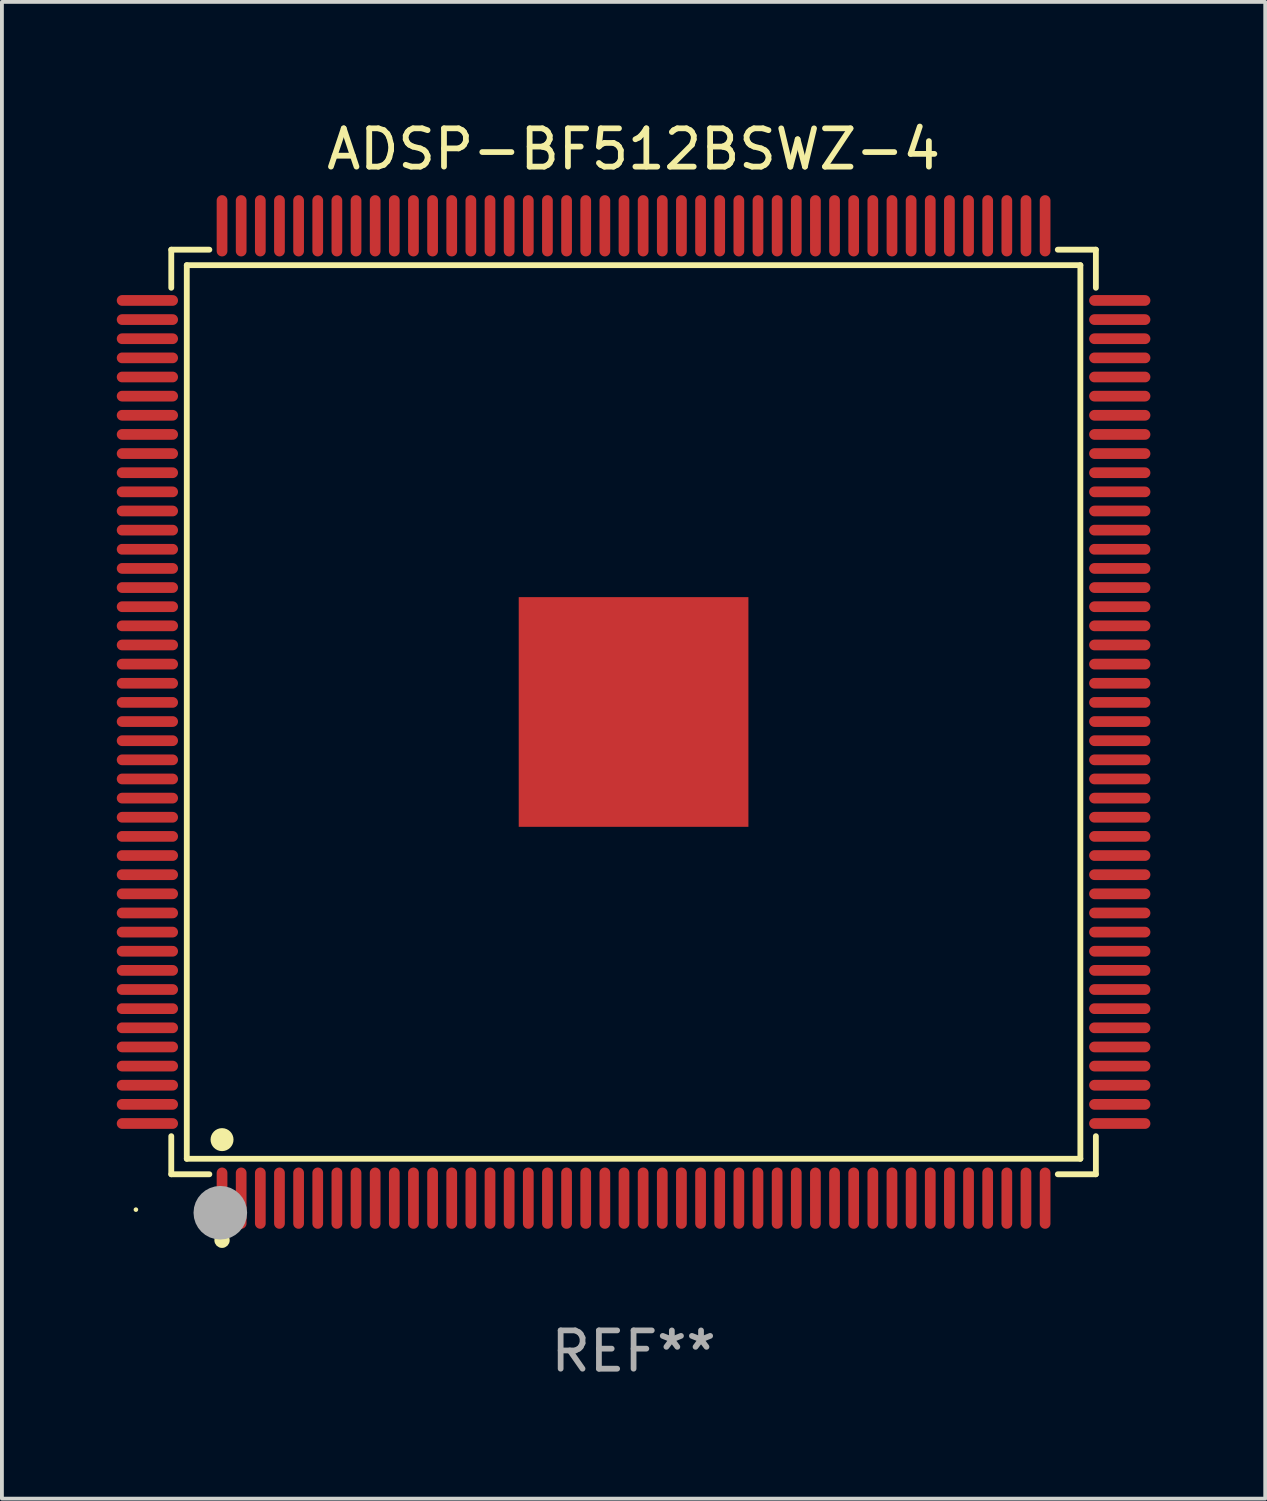
<source format=kicad_pcb>
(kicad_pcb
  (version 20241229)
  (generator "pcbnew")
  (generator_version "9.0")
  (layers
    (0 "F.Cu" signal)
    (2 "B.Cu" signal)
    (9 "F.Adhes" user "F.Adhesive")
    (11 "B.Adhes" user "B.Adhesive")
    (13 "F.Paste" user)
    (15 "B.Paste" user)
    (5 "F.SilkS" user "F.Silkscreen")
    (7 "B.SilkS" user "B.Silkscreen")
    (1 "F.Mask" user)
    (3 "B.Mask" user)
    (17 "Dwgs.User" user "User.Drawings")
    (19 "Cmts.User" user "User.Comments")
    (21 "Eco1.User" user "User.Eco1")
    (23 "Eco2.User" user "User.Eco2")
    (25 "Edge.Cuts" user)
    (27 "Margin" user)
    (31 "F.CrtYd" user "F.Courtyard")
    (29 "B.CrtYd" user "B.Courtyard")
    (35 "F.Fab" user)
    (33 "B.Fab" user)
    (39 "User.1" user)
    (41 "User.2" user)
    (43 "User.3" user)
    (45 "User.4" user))
  (footprint "ADSP-BF512BSWZ-4"
    (layer "F.Cu")
    (at 13.5 15.548)
    (property "Reference" "ADSP-BF512BSWZ-4" (at 0 -14.7 0) (layer "F.SilkS") (effects (font (size 1 1) (thickness 0.15))))
    (attr through_hole)
    (fp_line (start -12.076 -12.076) (end -11.081 -12.076) (stroke (width 0.152) (type solid)) (layer "F.SilkS"))
    (fp_line (start -12.076 -11.081) (end -12.076 -12.076) (stroke (width 0.152) (type solid)) (layer "F.SilkS"))
    (fp_line (start -12.076 11.081) (end -12.076 12.076) (stroke (width 0.152) (type solid)) (layer "F.SilkS"))
    (fp_line (start -12.076 12.076) (end -11.081 12.076) (stroke (width 0.152) (type solid)) (layer "F.SilkS"))
    (fp_line (start -11.671 -11.671) (end 11.671 -11.671) (stroke (width 0.152) (type solid)) (layer "F.SilkS"))
    (fp_line (start -11.671 11.671) (end -11.671 -11.671) (stroke (width 0.152) (type solid)) (layer "F.SilkS"))
    (fp_line (start 11.671 -11.671) (end 11.671 11.671) (stroke (width 0.152) (type solid)) (layer "F.SilkS"))
    (fp_line (start 11.671 11.671) (end -11.671 11.671) (stroke (width 0.152) (type solid)) (layer "F.SilkS"))
    (fp_line (start 12.076 -12.076) (end 11.081 -12.076) (stroke (width 0.152) (type solid)) (layer "F.SilkS"))
    (fp_line (start 12.076 -11.081) (end 12.076 -12.076) (stroke (width 0.152) (type solid)) (layer "F.SilkS"))
    (fp_line (start 12.076 11.081) (end 12.076 12.076) (stroke (width 0.152) (type solid)) (layer "F.SilkS"))
    (fp_line (start 12.076 12.076) (end 11.081 12.076) (stroke (width 0.152) (type solid)) (layer "F.SilkS"))
    (fp_circle (center -13 13) (end -12.97 13) (stroke (width 0.06) (type solid)) (fill no) (layer "F.SilkS"))
    (fp_circle (center -10.75 11.171) (end -10.6 11.171) (stroke (width 0.3) (type solid)) (fill no) (layer "F.SilkS"))
    (fp_circle (center -10.75 13.8) (end -10.65 13.8) (stroke (width 0.2) (type solid)) (fill no) (layer "F.SilkS"))
    (fp_circle (center -10.795 13.081) (end -10.445 13.081) (stroke (width 0.7) (type solid)) (fill no) (layer "F.Fab"))
    (fp_text user "REF**" (at 0 16.7 0) (layer "F.Fab") (effects (font (size 1 1) (thickness 0.15))))
    (pad "1" smd oval (at -10.75 12.7) (size 0.28 1.6) (layers "F.Cu" "F.Mask" "F.Paste"))
    (pad "2" smd oval (at -10.25 12.7) (size 0.28 1.6) (layers "F.Cu" "F.Mask" "F.Paste"))
    (pad "3" smd oval (at -9.75 12.7) (size 0.28 1.6) (layers "F.Cu" "F.Mask" "F.Paste"))
    (pad "4" smd oval (at -9.25 12.7) (size 0.28 1.6) (layers "F.Cu" "F.Mask" "F.Paste"))
    (pad "5" smd oval (at -8.75 12.7) (size 0.28 1.6) (layers "F.Cu" "F.Mask" "F.Paste"))
    (pad "6" smd oval (at -8.25 12.7) (size 0.28 1.6) (layers "F.Cu" "F.Mask" "F.Paste"))
    (pad "7" smd oval (at -7.75 12.7) (size 0.28 1.6) (layers "F.Cu" "F.Mask" "F.Paste"))
    (pad "8" smd oval (at -7.25 12.7) (size 0.28 1.6) (layers "F.Cu" "F.Mask" "F.Paste"))
    (pad "9" smd oval (at -6.75 12.7) (size 0.28 1.6) (layers "F.Cu" "F.Mask" "F.Paste"))
    (pad "10" smd oval (at -6.25 12.7) (size 0.28 1.6) (layers "F.Cu" "F.Mask" "F.Paste"))
    (pad "11" smd oval (at -5.75 12.7) (size 0.28 1.6) (layers "F.Cu" "F.Mask" "F.Paste"))
    (pad "12" smd oval (at -5.25 12.7) (size 0.28 1.6) (layers "F.Cu" "F.Mask" "F.Paste"))
    (pad "13" smd oval (at -4.75 12.7) (size 0.28 1.6) (layers "F.Cu" "F.Mask" "F.Paste"))
    (pad "14" smd oval (at -4.25 12.7) (size 0.28 1.6) (layers "F.Cu" "F.Mask" "F.Paste"))
    (pad "15" smd oval (at -3.75 12.7) (size 0.28 1.6) (layers "F.Cu" "F.Mask" "F.Paste"))
    (pad "16" smd oval (at -3.25 12.7) (size 0.28 1.6) (layers "F.Cu" "F.Mask" "F.Paste"))
    (pad "17" smd oval (at -2.75 12.7) (size 0.28 1.6) (layers "F.Cu" "F.Mask" "F.Paste"))
    (pad "18" smd oval (at -2.25 12.7) (size 0.28 1.6) (layers "F.Cu" "F.Mask" "F.Paste"))
    (pad "19" smd oval (at -1.75 12.7) (size 0.28 1.6) (layers "F.Cu" "F.Mask" "F.Paste"))
    (pad "20" smd oval (at -1.25 12.7) (size 0.28 1.6) (layers "F.Cu" "F.Mask" "F.Paste"))
    (pad "21" smd oval (at -0.75 12.7) (size 0.28 1.6) (layers "F.Cu" "F.Mask" "F.Paste"))
    (pad "22" smd oval (at -0.25 12.7) (size 0.28 1.6) (layers "F.Cu" "F.Mask" "F.Paste"))
    (pad "23" smd oval (at 0.25 12.7) (size 0.28 1.6) (layers "F.Cu" "F.Mask" "F.Paste"))
    (pad "24" smd oval (at 0.75 12.7) (size 0.28 1.6) (layers "F.Cu" "F.Mask" "F.Paste"))
    (pad "25" smd oval (at 1.25 12.7) (size 0.28 1.6) (layers "F.Cu" "F.Mask" "F.Paste"))
    (pad "26" smd oval (at 1.75 12.7) (size 0.28 1.6) (layers "F.Cu" "F.Mask" "F.Paste"))
    (pad "27" smd oval (at 2.25 12.7) (size 0.28 1.6) (layers "F.Cu" "F.Mask" "F.Paste"))
    (pad "28" smd oval (at 2.75 12.7) (size 0.28 1.6) (layers "F.Cu" "F.Mask" "F.Paste"))
    (pad "29" smd oval (at 3.25 12.7) (size 0.28 1.6) (layers "F.Cu" "F.Mask" "F.Paste"))
    (pad "30" smd oval (at 3.75 12.7) (size 0.28 1.6) (layers "F.Cu" "F.Mask" "F.Paste"))
    (pad "31" smd oval (at 4.25 12.7) (size 0.28 1.6) (layers "F.Cu" "F.Mask" "F.Paste"))
    (pad "32" smd oval (at 4.75 12.7) (size 0.28 1.6) (layers "F.Cu" "F.Mask" "F.Paste"))
    (pad "33" smd oval (at 5.25 12.7) (size 0.28 1.6) (layers "F.Cu" "F.Mask" "F.Paste"))
    (pad "34" smd oval (at 5.75 12.7) (size 0.28 1.6) (layers "F.Cu" "F.Mask" "F.Paste"))
    (pad "35" smd oval (at 6.25 12.7) (size 0.28 1.6) (layers "F.Cu" "F.Mask" "F.Paste"))
    (pad "36" smd oval (at 6.75 12.7) (size 0.28 1.6) (layers "F.Cu" "F.Mask" "F.Paste"))
    (pad "37" smd oval (at 7.25 12.7) (size 0.28 1.6) (layers "F.Cu" "F.Mask" "F.Paste"))
    (pad "38" smd oval (at 7.75 12.7) (size 0.28 1.6) (layers "F.Cu" "F.Mask" "F.Paste"))
    (pad "39" smd oval (at 8.25 12.7) (size 0.28 1.6) (layers "F.Cu" "F.Mask" "F.Paste"))
    (pad "40" smd oval (at 8.75 12.7) (size 0.28 1.6) (layers "F.Cu" "F.Mask" "F.Paste"))
    (pad "41" smd oval (at 9.25 12.7) (size 0.28 1.6) (layers "F.Cu" "F.Mask" "F.Paste"))
    (pad "42" smd oval (at 9.75 12.7) (size 0.28 1.6) (layers "F.Cu" "F.Mask" "F.Paste"))
    (pad "43" smd oval (at 10.25 12.7) (size 0.28 1.6) (layers "F.Cu" "F.Mask" "F.Paste"))
    (pad "44" smd oval (at 10.75 12.7) (size 0.28 1.6) (layers "F.Cu" "F.Mask" "F.Paste"))
    (pad "45" smd oval (at 12.7 10.75) (size 1.6 0.28) (layers "F.Cu" "F.Mask" "F.Paste"))
    (pad "46" smd oval (at 12.7 10.25) (size 1.6 0.28) (layers "F.Cu" "F.Mask" "F.Paste"))
    (pad "47" smd oval (at 12.7 9.75) (size 1.6 0.28) (layers "F.Cu" "F.Mask" "F.Paste"))
    (pad "48" smd oval (at 12.7 9.25) (size 1.6 0.28) (layers "F.Cu" "F.Mask" "F.Paste"))
    (pad "49" smd oval (at 12.7 8.75) (size 1.6 0.28) (layers "F.Cu" "F.Mask" "F.Paste"))
    (pad "50" smd oval (at 12.7 8.25) (size 1.6 0.28) (layers "F.Cu" "F.Mask" "F.Paste"))
    (pad "51" smd oval (at 12.7 7.75) (size 1.6 0.28) (layers "F.Cu" "F.Mask" "F.Paste"))
    (pad "52" smd oval (at 12.7 7.25) (size 1.6 0.28) (layers "F.Cu" "F.Mask" "F.Paste"))
    (pad "53" smd oval (at 12.7 6.75) (size 1.6 0.28) (layers "F.Cu" "F.Mask" "F.Paste"))
    (pad "54" smd oval (at 12.7 6.25) (size 1.6 0.28) (layers "F.Cu" "F.Mask" "F.Paste"))
    (pad "55" smd oval (at 12.7 5.75) (size 1.6 0.28) (layers "F.Cu" "F.Mask" "F.Paste"))
    (pad "56" smd oval (at 12.7 5.25) (size 1.6 0.28) (layers "F.Cu" "F.Mask" "F.Paste"))
    (pad "57" smd oval (at 12.7 4.75) (size 1.6 0.28) (layers "F.Cu" "F.Mask" "F.Paste"))
    (pad "58" smd oval (at 12.7 4.25) (size 1.6 0.28) (layers "F.Cu" "F.Mask" "F.Paste"))
    (pad "59" smd oval (at 12.7 3.75) (size 1.6 0.28) (layers "F.Cu" "F.Mask" "F.Paste"))
    (pad "60" smd oval (at 12.7 3.25) (size 1.6 0.28) (layers "F.Cu" "F.Mask" "F.Paste"))
    (pad "61" smd oval (at 12.7 2.75) (size 1.6 0.28) (layers "F.Cu" "F.Mask" "F.Paste"))
    (pad "62" smd oval (at 12.7 2.25) (size 1.6 0.28) (layers "F.Cu" "F.Mask" "F.Paste"))
    (pad "63" smd oval (at 12.7 1.75) (size 1.6 0.28) (layers "F.Cu" "F.Mask" "F.Paste"))
    (pad "64" smd oval (at 12.7 1.25) (size 1.6 0.28) (layers "F.Cu" "F.Mask" "F.Paste"))
    (pad "65" smd oval (at 12.7 0.75) (size 1.6 0.28) (layers "F.Cu" "F.Mask" "F.Paste"))
    (pad "66" smd oval (at 12.7 0.25) (size 1.6 0.28) (layers "F.Cu" "F.Mask" "F.Paste"))
    (pad "67" smd oval (at 12.7 -0.25) (size 1.6 0.28) (layers "F.Cu" "F.Mask" "F.Paste"))
    (pad "68" smd oval (at 12.7 -0.75) (size 1.6 0.28) (layers "F.Cu" "F.Mask" "F.Paste"))
    (pad "69" smd oval (at 12.7 -1.25) (size 1.6 0.28) (layers "F.Cu" "F.Mask" "F.Paste"))
    (pad "70" smd oval (at 12.7 -1.75) (size 1.6 0.28) (layers "F.Cu" "F.Mask" "F.Paste"))
    (pad "71" smd oval (at 12.7 -2.25) (size 1.6 0.28) (layers "F.Cu" "F.Mask" "F.Paste"))
    (pad "72" smd oval (at 12.7 -2.75) (size 1.6 0.28) (layers "F.Cu" "F.Mask" "F.Paste"))
    (pad "73" smd oval (at 12.7 -3.25) (size 1.6 0.28) (layers "F.Cu" "F.Mask" "F.Paste"))
    (pad "74" smd oval (at 12.7 -3.75) (size 1.6 0.28) (layers "F.Cu" "F.Mask" "F.Paste"))
    (pad "75" smd oval (at 12.7 -4.25) (size 1.6 0.28) (layers "F.Cu" "F.Mask" "F.Paste"))
    (pad "76" smd oval (at 12.7 -4.75) (size 1.6 0.28) (layers "F.Cu" "F.Mask" "F.Paste"))
    (pad "77" smd oval (at 12.7 -5.25) (size 1.6 0.28) (layers "F.Cu" "F.Mask" "F.Paste"))
    (pad "78" smd oval (at 12.7 -5.75) (size 1.6 0.28) (layers "F.Cu" "F.Mask" "F.Paste"))
    (pad "79" smd oval (at 12.7 -6.25) (size 1.6 0.28) (layers "F.Cu" "F.Mask" "F.Paste"))
    (pad "80" smd oval (at 12.7 -6.75) (size 1.6 0.28) (layers "F.Cu" "F.Mask" "F.Paste"))
    (pad "81" smd oval (at 12.7 -7.25) (size 1.6 0.28) (layers "F.Cu" "F.Mask" "F.Paste"))
    (pad "82" smd oval (at 12.7 -7.75) (size 1.6 0.28) (layers "F.Cu" "F.Mask" "F.Paste"))
    (pad "83" smd oval (at 12.7 -8.25) (size 1.6 0.28) (layers "F.Cu" "F.Mask" "F.Paste"))
    (pad "84" smd oval (at 12.7 -8.75) (size 1.6 0.28) (layers "F.Cu" "F.Mask" "F.Paste"))
    (pad "85" smd oval (at 12.7 -9.25) (size 1.6 0.28) (layers "F.Cu" "F.Mask" "F.Paste"))
    (pad "86" smd oval (at 12.7 -9.75) (size 1.6 0.28) (layers "F.Cu" "F.Mask" "F.Paste"))
    (pad "87" smd oval (at 12.7 -10.25) (size 1.6 0.28) (layers "F.Cu" "F.Mask" "F.Paste"))
    (pad "88" smd oval (at 12.7 -10.75) (size 1.6 0.28) (layers "F.Cu" "F.Mask" "F.Paste"))
    (pad "89" smd oval (at 10.75 -12.7) (size 0.28 1.6) (layers "F.Cu" "F.Mask" "F.Paste"))
    (pad "90" smd oval (at 10.25 -12.7) (size 0.28 1.6) (layers "F.Cu" "F.Mask" "F.Paste"))
    (pad "91" smd oval (at 9.75 -12.7) (size 0.28 1.6) (layers "F.Cu" "F.Mask" "F.Paste"))
    (pad "92" smd oval (at 9.25 -12.7) (size 0.28 1.6) (layers "F.Cu" "F.Mask" "F.Paste"))
    (pad "93" smd oval (at 8.75 -12.7) (size 0.28 1.6) (layers "F.Cu" "F.Mask" "F.Paste"))
    (pad "94" smd oval (at 8.25 -12.7) (size 0.28 1.6) (layers "F.Cu" "F.Mask" "F.Paste"))
    (pad "95" smd oval (at 7.75 -12.7) (size 0.28 1.6) (layers "F.Cu" "F.Mask" "F.Paste"))
    (pad "96" smd oval (at 7.25 -12.7) (size 0.28 1.6) (layers "F.Cu" "F.Mask" "F.Paste"))
    (pad "97" smd oval (at 6.75 -12.7) (size 0.28 1.6) (layers "F.Cu" "F.Mask" "F.Paste"))
    (pad "98" smd oval (at 6.25 -12.7) (size 0.28 1.6) (layers "F.Cu" "F.Mask" "F.Paste"))
    (pad "99" smd oval (at 5.75 -12.7) (size 0.28 1.6) (layers "F.Cu" "F.Mask" "F.Paste"))
    (pad "100" smd oval (at 5.25 -12.7) (size 0.28 1.6) (layers "F.Cu" "F.Mask" "F.Paste"))
    (pad "101" smd oval (at 4.75 -12.7) (size 0.28 1.6) (layers "F.Cu" "F.Mask" "F.Paste"))
    (pad "102" smd oval (at 4.25 -12.7) (size 0.28 1.6) (layers "F.Cu" "F.Mask" "F.Paste"))
    (pad "103" smd oval (at 3.75 -12.7) (size 0.28 1.6) (layers "F.Cu" "F.Mask" "F.Paste"))
    (pad "104" smd oval (at 3.25 -12.7) (size 0.28 1.6) (layers "F.Cu" "F.Mask" "F.Paste"))
    (pad "105" smd oval (at 2.75 -12.7) (size 0.28 1.6) (layers "F.Cu" "F.Mask" "F.Paste"))
    (pad "106" smd oval (at 2.25 -12.7) (size 0.28 1.6) (layers "F.Cu" "F.Mask" "F.Paste"))
    (pad "107" smd oval (at 1.75 -12.7) (size 0.28 1.6) (layers "F.Cu" "F.Mask" "F.Paste"))
    (pad "108" smd oval (at 1.25 -12.7) (size 0.28 1.6) (layers "F.Cu" "F.Mask" "F.Paste"))
    (pad "109" smd oval (at 0.75 -12.7) (size 0.28 1.6) (layers "F.Cu" "F.Mask" "F.Paste"))
    (pad "110" smd oval (at 0.25 -12.7) (size 0.28 1.6) (layers "F.Cu" "F.Mask" "F.Paste"))
    (pad "111" smd oval (at -0.25 -12.7) (size 0.28 1.6) (layers "F.Cu" "F.Mask" "F.Paste"))
    (pad "112" smd oval (at -0.75 -12.7) (size 0.28 1.6) (layers "F.Cu" "F.Mask" "F.Paste"))
    (pad "113" smd oval (at -1.25 -12.7) (size 0.28 1.6) (layers "F.Cu" "F.Mask" "F.Paste"))
    (pad "114" smd oval (at -1.75 -12.7) (size 0.28 1.6) (layers "F.Cu" "F.Mask" "F.Paste"))
    (pad "115" smd oval (at -2.25 -12.7) (size 0.28 1.6) (layers "F.Cu" "F.Mask" "F.Paste"))
    (pad "116" smd oval (at -2.75 -12.7) (size 0.28 1.6) (layers "F.Cu" "F.Mask" "F.Paste"))
    (pad "117" smd oval (at -3.25 -12.7) (size 0.28 1.6) (layers "F.Cu" "F.Mask" "F.Paste"))
    (pad "118" smd oval (at -3.75 -12.7) (size 0.28 1.6) (layers "F.Cu" "F.Mask" "F.Paste"))
    (pad "119" smd oval (at -4.25 -12.7) (size 0.28 1.6) (layers "F.Cu" "F.Mask" "F.Paste"))
    (pad "120" smd oval (at -4.75 -12.7) (size 0.28 1.6) (layers "F.Cu" "F.Mask" "F.Paste"))
    (pad "121" smd oval (at -5.25 -12.7) (size 0.28 1.6) (layers "F.Cu" "F.Mask" "F.Paste"))
    (pad "122" smd oval (at -5.75 -12.7) (size 0.28 1.6) (layers "F.Cu" "F.Mask" "F.Paste"))
    (pad "123" smd oval (at -6.25 -12.7) (size 0.28 1.6) (layers "F.Cu" "F.Mask" "F.Paste"))
    (pad "124" smd oval (at -6.75 -12.7) (size 0.28 1.6) (layers "F.Cu" "F.Mask" "F.Paste"))
    (pad "125" smd oval (at -7.25 -12.7) (size 0.28 1.6) (layers "F.Cu" "F.Mask" "F.Paste"))
    (pad "126" smd oval (at -7.75 -12.7) (size 0.28 1.6) (layers "F.Cu" "F.Mask" "F.Paste"))
    (pad "127" smd oval (at -8.25 -12.7) (size 0.28 1.6) (layers "F.Cu" "F.Mask" "F.Paste"))
    (pad "128" smd oval (at -8.75 -12.7) (size 0.28 1.6) (layers "F.Cu" "F.Mask" "F.Paste"))
    (pad "129" smd oval (at -9.25 -12.7) (size 0.28 1.6) (layers "F.Cu" "F.Mask" "F.Paste"))
    (pad "130" smd oval (at -9.75 -12.7) (size 0.28 1.6) (layers "F.Cu" "F.Mask" "F.Paste"))
    (pad "131" smd oval (at -10.25 -12.7) (size 0.28 1.6) (layers "F.Cu" "F.Mask" "F.Paste"))
    (pad "132" smd oval (at -10.75 -12.7) (size 0.28 1.6) (layers "F.Cu" "F.Mask" "F.Paste"))
    (pad "133" smd oval (at -12.7 -10.75) (size 1.6 0.28) (layers "F.Cu" "F.Mask" "F.Paste"))
    (pad "134" smd oval (at -12.7 -10.25) (size 1.6 0.28) (layers "F.Cu" "F.Mask" "F.Paste"))
    (pad "135" smd oval (at -12.7 -9.75) (size 1.6 0.28) (layers "F.Cu" "F.Mask" "F.Paste"))
    (pad "136" smd oval (at -12.7 -9.25) (size 1.6 0.28) (layers "F.Cu" "F.Mask" "F.Paste"))
    (pad "137" smd oval (at -12.7 -8.75) (size 1.6 0.28) (layers "F.Cu" "F.Mask" "F.Paste"))
    (pad "138" smd oval (at -12.7 -8.25) (size 1.6 0.28) (layers "F.Cu" "F.Mask" "F.Paste"))
    (pad "139" smd oval (at -12.7 -7.75) (size 1.6 0.28) (layers "F.Cu" "F.Mask" "F.Paste"))
    (pad "140" smd oval (at -12.7 -7.25) (size 1.6 0.28) (layers "F.Cu" "F.Mask" "F.Paste"))
    (pad "141" smd oval (at -12.7 -6.75) (size 1.6 0.28) (layers "F.Cu" "F.Mask" "F.Paste"))
    (pad "142" smd oval (at -12.7 -6.25) (size 1.6 0.28) (layers "F.Cu" "F.Mask" "F.Paste"))
    (pad "143" smd oval (at -12.7 -5.75) (size 1.6 0.28) (layers "F.Cu" "F.Mask" "F.Paste"))
    (pad "144" smd oval (at -12.7 -5.25) (size 1.6 0.28) (layers "F.Cu" "F.Mask" "F.Paste"))
    (pad "145" smd oval (at -12.7 -4.75) (size 1.6 0.28) (layers "F.Cu" "F.Mask" "F.Paste"))
    (pad "146" smd oval (at -12.7 -4.25) (size 1.6 0.28) (layers "F.Cu" "F.Mask" "F.Paste"))
    (pad "147" smd oval (at -12.7 -3.75) (size 1.6 0.28) (layers "F.Cu" "F.Mask" "F.Paste"))
    (pad "148" smd oval (at -12.7 -3.25) (size 1.6 0.28) (layers "F.Cu" "F.Mask" "F.Paste"))
    (pad "149" smd oval (at -12.7 -2.75) (size 1.6 0.28) (layers "F.Cu" "F.Mask" "F.Paste"))
    (pad "150" smd oval (at -12.7 -2.25) (size 1.6 0.28) (layers "F.Cu" "F.Mask" "F.Paste"))
    (pad "151" smd oval (at -12.7 -1.75) (size 1.6 0.28) (layers "F.Cu" "F.Mask" "F.Paste"))
    (pad "152" smd oval (at -12.7 -1.25) (size 1.6 0.28) (layers "F.Cu" "F.Mask" "F.Paste"))
    (pad "153" smd oval (at -12.7 -0.75) (size 1.6 0.28) (layers "F.Cu" "F.Mask" "F.Paste"))
    (pad "154" smd oval (at -12.7 -0.25) (size 1.6 0.28) (layers "F.Cu" "F.Mask" "F.Paste"))
    (pad "155" smd oval (at -12.7 0.25) (size 1.6 0.28) (layers "F.Cu" "F.Mask" "F.Paste"))
    (pad "156" smd oval (at -12.7 0.75) (size 1.6 0.28) (layers "F.Cu" "F.Mask" "F.Paste"))
    (pad "157" smd oval (at -12.7 1.25) (size 1.6 0.28) (layers "F.Cu" "F.Mask" "F.Paste"))
    (pad "158" smd oval (at -12.7 1.75) (size 1.6 0.28) (layers "F.Cu" "F.Mask" "F.Paste"))
    (pad "159" smd oval (at -12.7 2.25) (size 1.6 0.28) (layers "F.Cu" "F.Mask" "F.Paste"))
    (pad "160" smd oval (at -12.7 2.75) (size 1.6 0.28) (layers "F.Cu" "F.Mask" "F.Paste"))
    (pad "161" smd oval (at -12.7 3.25) (size 1.6 0.28) (layers "F.Cu" "F.Mask" "F.Paste"))
    (pad "162" smd oval (at -12.7 3.75) (size 1.6 0.28) (layers "F.Cu" "F.Mask" "F.Paste"))
    (pad "163" smd oval (at -12.7 4.25) (size 1.6 0.28) (layers "F.Cu" "F.Mask" "F.Paste"))
    (pad "164" smd oval (at -12.7 4.75) (size 1.6 0.28) (layers "F.Cu" "F.Mask" "F.Paste"))
    (pad "165" smd oval (at -12.7 5.25) (size 1.6 0.28) (layers "F.Cu" "F.Mask" "F.Paste"))
    (pad "166" smd oval (at -12.7 5.75) (size 1.6 0.28) (layers "F.Cu" "F.Mask" "F.Paste"))
    (pad "167" smd oval (at -12.7 6.25) (size 1.6 0.28) (layers "F.Cu" "F.Mask" "F.Paste"))
    (pad "168" smd oval (at -12.7 6.75) (size 1.6 0.28) (layers "F.Cu" "F.Mask" "F.Paste"))
    (pad "169" smd oval (at -12.7 7.25) (size 1.6 0.28) (layers "F.Cu" "F.Mask" "F.Paste"))
    (pad "170" smd oval (at -12.7 7.75) (size 1.6 0.28) (layers "F.Cu" "F.Mask" "F.Paste"))
    (pad "171" smd oval (at -12.7 8.25) (size 1.6 0.28) (layers "F.Cu" "F.Mask" "F.Paste"))
    (pad "172" smd oval (at -12.7 8.75) (size 1.6 0.28) (layers "F.Cu" "F.Mask" "F.Paste"))
    (pad "173" smd oval (at -12.7 9.25) (size 1.6 0.28) (layers "F.Cu" "F.Mask" "F.Paste"))
    (pad "174" smd oval (at -12.7 9.75) (size 1.6 0.28) (layers "F.Cu" "F.Mask" "F.Paste"))
    (pad "175" smd oval (at -12.7 10.25) (size 1.6 0.28) (layers "F.Cu" "F.Mask" "F.Paste"))
    (pad "176" smd oval (at -12.7 10.75) (size 1.6 0.28) (layers "F.Cu" "F.Mask" "F.Paste"))
    (pad "177" smd rect (at 0 0) (size 6 6) (layers "F.Cu" "F.Mask" "F.Paste")))
  (gr_rect
    (start -3 -3)
    (end 30 36.097)
    (stroke (width 0.1) (type default))
    (fill no)
    (layer "Edge.Cuts")))
</source>
